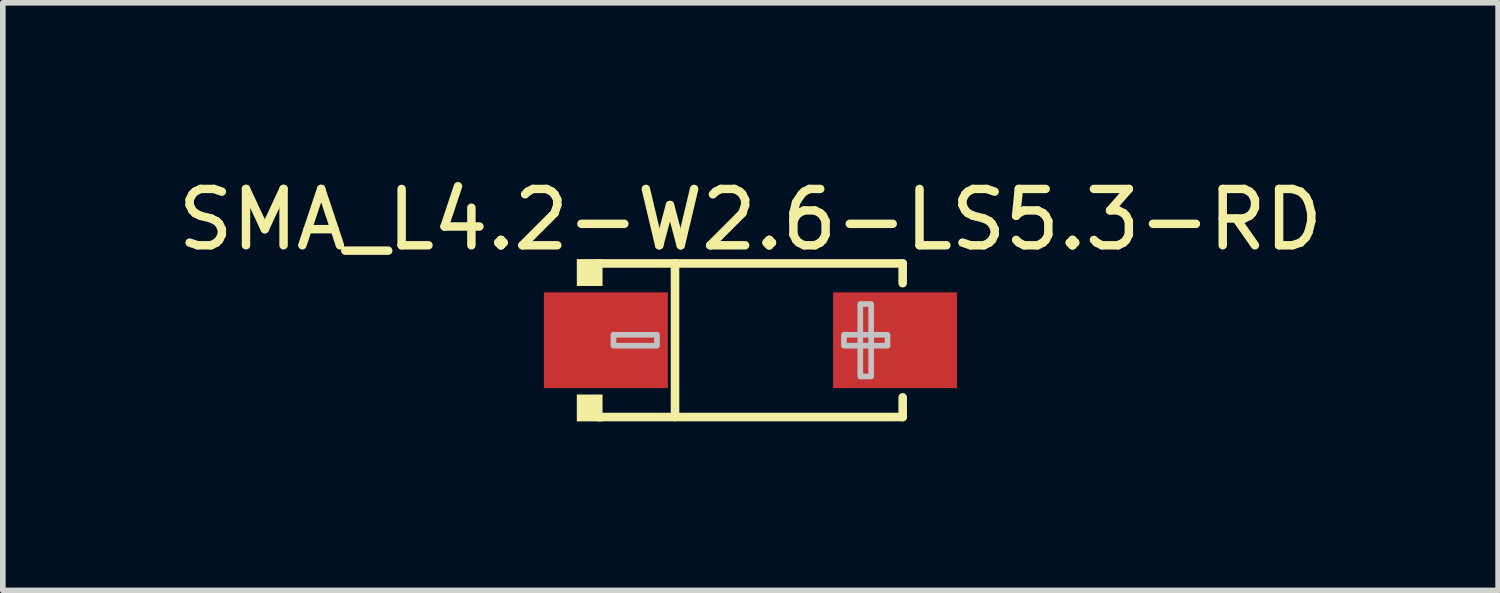
<source format=kicad_pcb>
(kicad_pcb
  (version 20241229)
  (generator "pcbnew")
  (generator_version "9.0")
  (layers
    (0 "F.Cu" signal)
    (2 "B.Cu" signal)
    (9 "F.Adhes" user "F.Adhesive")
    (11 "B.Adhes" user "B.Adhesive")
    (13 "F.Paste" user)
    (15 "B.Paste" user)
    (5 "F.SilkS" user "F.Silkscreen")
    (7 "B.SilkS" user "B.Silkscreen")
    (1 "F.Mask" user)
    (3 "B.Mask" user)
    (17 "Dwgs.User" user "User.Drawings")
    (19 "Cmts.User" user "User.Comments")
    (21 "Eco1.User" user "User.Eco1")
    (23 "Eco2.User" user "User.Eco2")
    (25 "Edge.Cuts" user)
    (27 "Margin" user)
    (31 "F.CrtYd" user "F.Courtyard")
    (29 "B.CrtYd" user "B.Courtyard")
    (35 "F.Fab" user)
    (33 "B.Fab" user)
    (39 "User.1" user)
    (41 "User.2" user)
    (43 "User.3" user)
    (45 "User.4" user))
  (footprint "SMA_L4.2-W2.6-LS5.3-RD"
    (layer "F.Cu")
    (at 10.268 2.988)
    (property "Reference" "SMA_L4.2-W2.6-LS5.3-RD" (at 0 -2.14 0) (layer "F.SilkS") (effects (font (size 1 1) (thickness 0.15))))
    (fp_line (start -2.701 -1.363) (end 2.701 -1.363) (stroke (width 0.152) (type default)) (layer "F.SilkS"))
    (fp_line (start -2.701 1.363) (end 2.701 1.363) (stroke (width 0.152) (type default)) (layer "F.SilkS"))
    (fp_line (start -1.339 -1.363) (end -1.339 1.363) (stroke (width 0.152) (type default)) (layer "F.SilkS"))
    (fp_line (start 2.701 -1.363) (end 2.701 -1.013) (stroke (width 0.152) (type default)) (layer "F.SilkS"))
    (fp_line (start 2.701 1.363) (end 2.701 1.013) (stroke (width 0.152) (type default)) (layer "F.SilkS"))
    (fp_poly (pts (xy -2.625 -1.44) (xy -2.625 -0.963) (xy -3.082 -0.963) (xy -3.082 -1.44)) (stroke (width 0) (type default)) (fill yes) (layer "F.SilkS"))
    (fp_poly (pts (xy -2.625 1.44) (xy -2.625 0.963) (xy -3.082 0.963) (xy -3.082 1.44)) (stroke (width 0) (type default)) (fill yes) (layer "F.SilkS"))
    (fp_poly (pts (xy -2.432 0.097) (xy -2.432 -0.097) (xy -1.659 -0.097) (xy -1.659 0.097)) (stroke (width 0.1) (type default)) (fill no) (layer "Dwgs.User"))
    (fp_poly (pts (xy 2.142 0.643) (xy 2.142 -0.643) (xy 1.949 -0.643) (xy 1.949 0.643)) (stroke (width 0.1) (type default)) (fill no) (layer "Dwgs.User"))
    (fp_poly (pts (xy 2.432 0.097) (xy 2.432 -0.097) (xy 1.659 -0.097) (xy 1.659 0.097)) (stroke (width 0.1) (type default)) (fill no) (layer "Dwgs.User"))
    (fp_poly (pts (xy -2.628 0.725) (xy -2.628 -0.725) (xy -1.488 -0.725) (xy -1.488 0.725)) (stroke (width 0.1) (type default)) (fill no) (layer "User.1"))
    (fp_poly (pts (xy 2.628 -0.725) (xy 2.628 0.725) (xy 1.488 0.725) (xy 1.488 -0.725)) (stroke (width 0.1) (type default)) (fill no) (layer "User.1"))
    (fp_line (start -2.1 -1.3) (end 2.1 -1.3) (stroke (width 0.051) (type default)) (layer "User.2"))
    (fp_line (start -2.1 1.3) (end -2.1 -1.3) (stroke (width 0.051) (type default)) (layer "User.2"))
    (fp_line (start 2.1 -1.3) (end 2.1 1.3) (stroke (width 0.051) (type default)) (layer "User.2"))
    (fp_line (start 2.1 1.3) (end -2.1 1.3) (stroke (width 0.051) (type default)) (layer "User.2"))
    (fp_poly (pts (xy -2.568 1.3) (xy -2.586 1.258) (xy -2.628 1.24) (xy -2.67 1.258) (xy -2.688 1.3) (xy -2.67 1.342) (xy -2.628 1.36) (xy -2.586 1.342)) (stroke (width 0.1) (type default)) (fill no) (layer "User.3"))
    (pad "1" smd rect (at -2.566 0) (size 2.2 1.7) (layers "F.Cu" "F.Mask" "F.Paste"))
    (pad "2" smd rect (at 2.566 0) (size 2.2 1.7) (layers "F.Cu" "F.Mask" "F.Paste")))
  (gr_rect
    (start -3 -3)
    (end 23.536 7.428)
    (stroke (width 0.1) (type default))
    (fill no)
    (layer "Edge.Cuts")))
</source>
